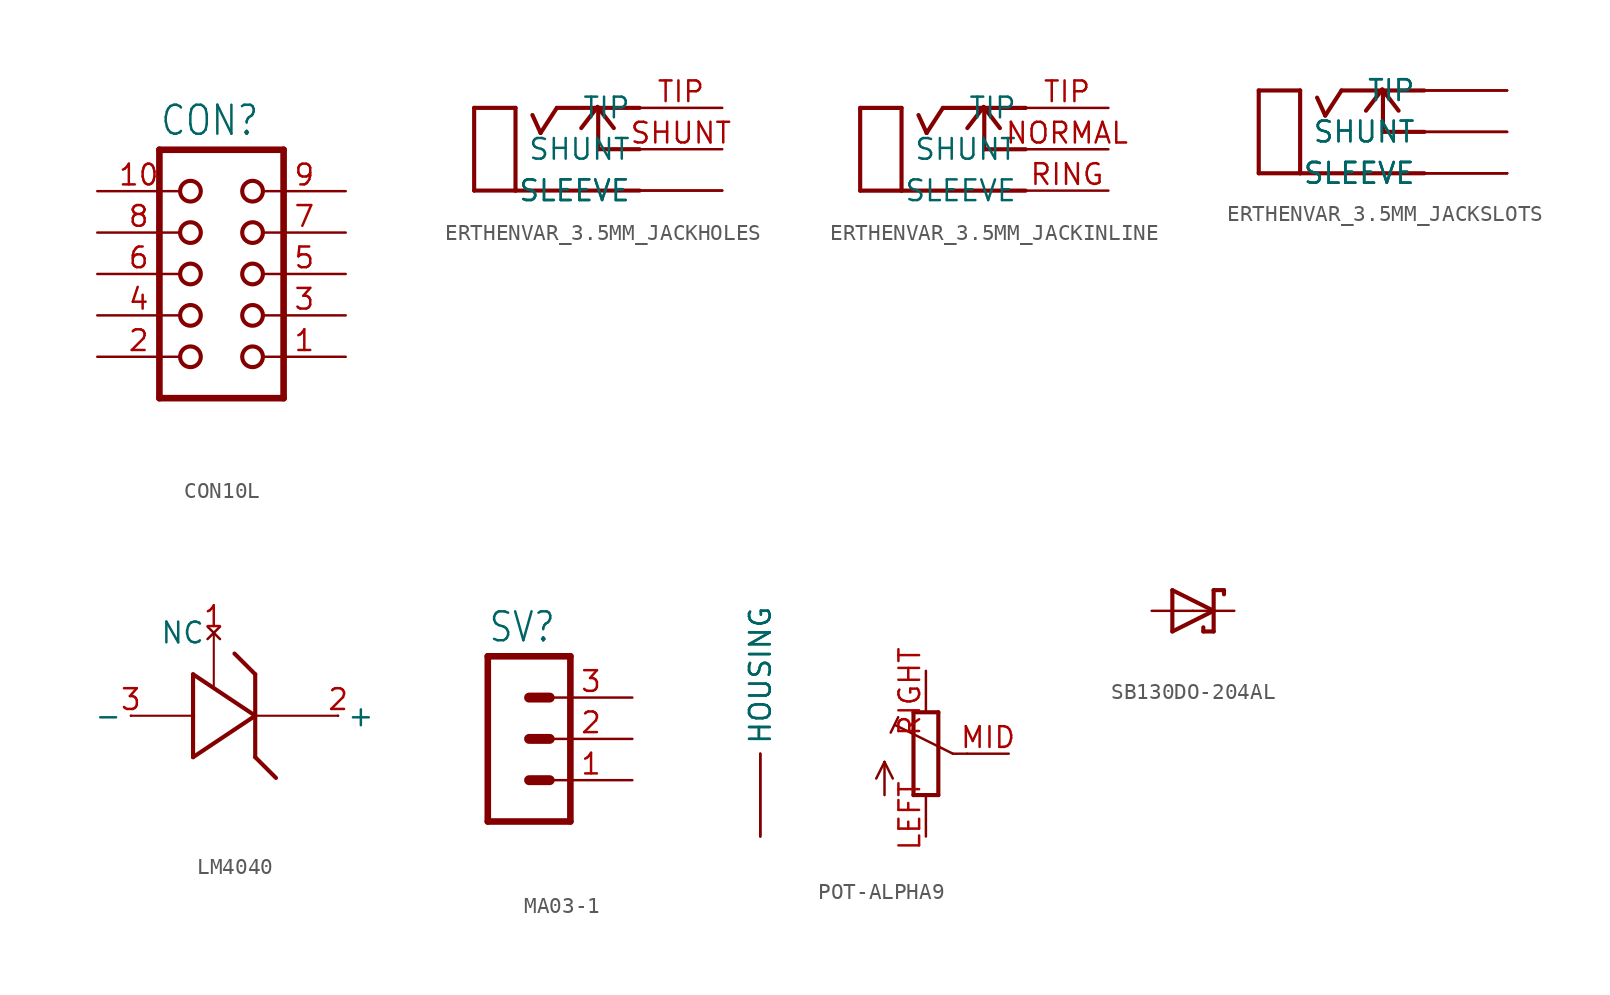
<source format=kicad_sym>
(kicad_symbol_lib
  (version 20231120)
  (generator "kicad_symbol_editor")
  (generator_version "8.0")
  (symbol "CON10L"
    (property "Reference" "CON"
      (at -3.81 8.382 0)
      (effects (font (size 1.778 1.511)) (justify left bottom)))
    (property "Value" ""
      (at -3.81 -10.16 0)
      (effects (font (size 1.778 1.511)) (justify left bottom)))
    (property "ki_locked" ""
      (at 0 0 0)
      (effects (font (size 1.27 1.27))))
    (symbol "CON10L_1_0"
      (circle (center -1.905 -5.08) (radius 0.635) (stroke (width 0.254) (type solid)) (fill (type none)))
      (circle (center -1.905 -2.54) (radius 0.635) (stroke (width 0.254) (type solid)) (fill (type none)))
      (circle (center -1.905 0) (radius 0.635) (stroke (width 0.254) (type solid)) (fill (type none)))
      (circle (center -1.905 2.54) (radius 0.635) (stroke (width 0.254) (type solid)) (fill (type none)))
      (circle (center -1.905 5.08) (radius 0.635) (stroke (width 0.254) (type solid)) (fill (type none)))
      (polyline (pts (xy -3.81 7.62) (xy -3.81 -7.62)) (stroke (width 0.406) (type solid)) (fill (type none)))
      (polyline (pts (xy -3.81 7.62) (xy 3.81 7.62)) (stroke (width 0.406) (type solid)) (fill (type none)))
      (polyline (pts (xy 3.81 -7.62) (xy -3.81 -7.62)) (stroke (width 0.406) (type solid)) (fill (type none)))
      (polyline (pts (xy 3.81 -7.62) (xy 3.81 7.62)) (stroke (width 0.406) (type solid)) (fill (type none)))
      (circle (center 1.905 -5.08) (radius 0.635) (stroke (width 0.254) (type solid)) (fill (type none)))
      (circle (center 1.905 -2.54) (radius 0.635) (stroke (width 0.254) (type solid)) (fill (type none)))
      (circle (center 1.905 0) (radius 0.635) (stroke (width 0.254) (type solid)) (fill (type none)))
      (circle (center 1.905 2.54) (radius 0.635) (stroke (width 0.254) (type solid)) (fill (type none)))
      (circle (center 1.905 5.08) (radius 0.635) (stroke (width 0.254) (type solid)) (fill (type none)))
      (pin passive line (at 7.62 -5.08 180) (length 5.08) (name "1" (effects (font (size 0 0)))) (number "1" (effects (font (size 1.27 1.27)))))
      (pin passive line (at -7.62 5.08 0) (length 5.08) (name "10" (effects (font (size 0 0)))) (number "10" (effects (font (size 1.27 1.27)))))
      (pin passive line (at -7.62 -5.08 0) (length 5.08) (name "2" (effects (font (size 0 0)))) (number "2" (effects (font (size 1.27 1.27)))))
      (pin passive line (at 7.62 -2.54 180) (length 5.08) (name "3" (effects (font (size 0 0)))) (number "3" (effects (font (size 1.27 1.27)))))
      (pin passive line (at -7.62 -2.54 0) (length 5.08) (name "4" (effects (font (size 0 0)))) (number "4" (effects (font (size 1.27 1.27)))))
      (pin passive line (at 7.62 0 180) (length 5.08) (name "5" (effects (font (size 0 0)))) (number "5" (effects (font (size 1.27 1.27)))))
      (pin passive line (at -7.62 0 0) (length 5.08) (name "6" (effects (font (size 0 0)))) (number "6" (effects (font (size 1.27 1.27)))))
      (pin passive line (at 7.62 2.54 180) (length 5.08) (name "7" (effects (font (size 0 0)))) (number "7" (effects (font (size 1.27 1.27)))))
      (pin passive line (at -7.62 2.54 0) (length 5.08) (name "8" (effects (font (size 0 0)))) (number "8" (effects (font (size 1.27 1.27)))))
      (pin passive line (at 7.62 5.08 180) (length 5.08) (name "9" (effects (font (size 0 0)))) (number "9" (effects (font (size 1.27 1.27)))))))
  (symbol "ERTHENVAR_3.5MM_JACKHOLES"
    (property "Reference" ""
      (at 0 0 0)
      (effects (font (size 1.27 1.27)) (hide yes)))
    (property "ki_locked" ""
      (at 0 0 0)
      (effects (font (size 1.27 1.27))))
    (symbol "ERTHENVAR_3.5MM_JACKHOLES_1_0"
      (polyline (pts (xy -5.08 -2.54) (xy -5.08 2.54)) (stroke (width 0.254) (type solid)) (fill (type none)))
      (polyline (pts (xy -5.08 -2.54) (xy -2.54 -2.54)) (stroke (width 0.254) (type solid)) (fill (type none)))
      (polyline (pts (xy -5.08 2.54) (xy -2.54 2.54)) (stroke (width 0.254) (type solid)) (fill (type none)))
      (polyline (pts (xy -2.54 -2.54) (xy 5.08 -2.54)) (stroke (width 0.254) (type solid)) (fill (type none)))
      (polyline (pts (xy -2.54 2.54) (xy -2.54 -2.54)) (stroke (width 0.254) (type solid)) (fill (type none)))
      (polyline (pts (xy -1 1) (xy -1.5 2.1)) (stroke (width 0.254) (type solid)) (fill (type none)))
      (polyline (pts (xy -1 1) (xy 0 2.54)) (stroke (width 0.254) (type solid)) (fill (type none)))
      (polyline (pts (xy 0 2.54) (xy 2.54 2.54)) (stroke (width 0.254) (type solid)) (fill (type none)))
      (polyline (pts (xy 2.5 2.6) (xy 1.5 1.3)) (stroke (width 0.254) (type solid)) (fill (type none)))
      (polyline (pts (xy 2.5 2.6) (xy 3.5 1.3)) (stroke (width 0.254) (type solid)) (fill (type none)))
      (polyline (pts (xy 2.54 0) (xy 2.54 2.54)) (stroke (width 0.254) (type solid)) (fill (type none)))
      (polyline (pts (xy 2.54 2.54) (xy 5.08 2.54)) (stroke (width 0.254) (type solid)) (fill (type none)))
      (polyline (pts (xy 5.08 0) (xy 2.54 0)) (stroke (width 0.254) (type solid)) (fill (type none)))
      (pin bidirectional line (at 10.16 -2.54 180) (length 5.08) (name "SLEEVE" (effects (font (size 1.27 1.27)))) (number "RING1" (effects (font (size 0 0)))))
      (pin bidirectional line (at 10.16 -2.54 180) (length 5.08) (name "SLEEVE" (effects (font (size 1.27 1.27)))) (number "RING2" (effects (font (size 0 0)))))
      (pin bidirectional line (at 10.16 0 180) (length 5.08) (name "SHUNT" (effects (font (size 1.27 1.27)))) (number "SHUNT" (effects (font (size 1.27 1.27)))))
      (pin bidirectional line (at 10.16 2.54 180) (length 5.08) (name "TIP" (effects (font (size 1.27 1.27)))) (number "TIP" (effects (font (size 1.27 1.27)))))))
  (symbol "ERTHENVAR_3.5MM_JACKINLINE"
    (property "Reference" ""
      (at 0 0 0)
      (effects (font (size 1.27 1.27)) (hide yes)))
    (property "ki_locked" ""
      (at 0 0 0)
      (effects (font (size 1.27 1.27))))
    (symbol "ERTHENVAR_3.5MM_JACKINLINE_1_0"
      (polyline (pts (xy -5.08 -2.54) (xy -5.08 2.54)) (stroke (width 0.254) (type solid)) (fill (type none)))
      (polyline (pts (xy -5.08 -2.54) (xy -2.54 -2.54)) (stroke (width 0.254) (type solid)) (fill (type none)))
      (polyline (pts (xy -5.08 2.54) (xy -2.54 2.54)) (stroke (width 0.254) (type solid)) (fill (type none)))
      (polyline (pts (xy -2.54 -2.54) (xy 5.08 -2.54)) (stroke (width 0.254) (type solid)) (fill (type none)))
      (polyline (pts (xy -2.54 2.54) (xy -2.54 -2.54)) (stroke (width 0.254) (type solid)) (fill (type none)))
      (polyline (pts (xy -1 1) (xy -1.5 2.1)) (stroke (width 0.254) (type solid)) (fill (type none)))
      (polyline (pts (xy -1 1) (xy 0 2.54)) (stroke (width 0.254) (type solid)) (fill (type none)))
      (polyline (pts (xy 0 2.54) (xy 2.54 2.54)) (stroke (width 0.254) (type solid)) (fill (type none)))
      (polyline (pts (xy 2.5 2.6) (xy 1.5 1.3)) (stroke (width 0.254) (type solid)) (fill (type none)))
      (polyline (pts (xy 2.5 2.6) (xy 3.5 1.3)) (stroke (width 0.254) (type solid)) (fill (type none)))
      (polyline (pts (xy 2.54 0) (xy 2.54 2.54)) (stroke (width 0.254) (type solid)) (fill (type none)))
      (polyline (pts (xy 2.54 2.54) (xy 5.08 2.54)) (stroke (width 0.254) (type solid)) (fill (type none)))
      (polyline (pts (xy 5.08 0) (xy 2.54 0)) (stroke (width 0.254) (type solid)) (fill (type none)))
      (pin bidirectional line (at 10.16 0 180) (length 5.08) (name "SHUNT" (effects (font (size 1.27 1.27)))) (number "NORMAL" (effects (font (size 1.27 1.27)))))
      (pin bidirectional line (at 10.16 -2.54 180) (length 5.08) (name "SLEEVE" (effects (font (size 1.27 1.27)))) (number "RING" (effects (font (size 1.27 1.27)))))
      (pin bidirectional line (at 10.16 2.54 180) (length 5.08) (name "TIP" (effects (font (size 1.27 1.27)))) (number "TIP" (effects (font (size 1.27 1.27)))))))
  (symbol "ERTHENVAR_3.5MM_JACKSLOTS"
    (property "Reference" ""
      (at 0 0 0)
      (effects (font (size 1.27 1.27)) (hide yes)))
    (property "ki_locked" ""
      (at 0 0 0)
      (effects (font (size 1.27 1.27))))
    (symbol "ERTHENVAR_3.5MM_JACKSLOTS_1_0"
      (polyline (pts (xy -5.08 -2.54) (xy -5.08 2.54)) (stroke (width 0.254) (type solid)) (fill (type none)))
      (polyline (pts (xy -5.08 -2.54) (xy -2.54 -2.54)) (stroke (width 0.254) (type solid)) (fill (type none)))
      (polyline (pts (xy -5.08 2.54) (xy -2.54 2.54)) (stroke (width 0.254) (type solid)) (fill (type none)))
      (polyline (pts (xy -2.54 -2.54) (xy 5.08 -2.54)) (stroke (width 0.254) (type solid)) (fill (type none)))
      (polyline (pts (xy -2.54 2.54) (xy -2.54 -2.54)) (stroke (width 0.254) (type solid)) (fill (type none)))
      (polyline (pts (xy -1 1) (xy -1.5 2.1)) (stroke (width 0.254) (type solid)) (fill (type none)))
      (polyline (pts (xy -1 1) (xy 0 2.54)) (stroke (width 0.254) (type solid)) (fill (type none)))
      (polyline (pts (xy 0 2.54) (xy 2.54 2.54)) (stroke (width 0.254) (type solid)) (fill (type none)))
      (polyline (pts (xy 2.5 2.6) (xy 1.5 1.3)) (stroke (width 0.254) (type solid)) (fill (type none)))
      (polyline (pts (xy 2.5 2.6) (xy 3.5 1.3)) (stroke (width 0.254) (type solid)) (fill (type none)))
      (polyline (pts (xy 2.54 0) (xy 2.54 2.54)) (stroke (width 0.254) (type solid)) (fill (type none)))
      (polyline (pts (xy 2.54 2.54) (xy 5.08 2.54)) (stroke (width 0.254) (type solid)) (fill (type none)))
      (polyline (pts (xy 5.08 0) (xy 2.54 0)) (stroke (width 0.254) (type solid)) (fill (type none)))
      (pin bidirectional line (at 10.16 0 180) (length 5.08) (name "SHUNT" (effects (font (size 1.27 1.27)))) (number "NORMLB" (effects (font (size 0 0)))))
      (pin bidirectional line (at 10.16 0 180) (length 5.08) (name "SHUNT" (effects (font (size 1.27 1.27)))) (number "NORMLT" (effects (font (size 0 0)))))
      (pin bidirectional line (at 10.16 -2.54 180) (length 5.08) (name "SLEEVE" (effects (font (size 1.27 1.27)))) (number "RING1B" (effects (font (size 0 0)))))
      (pin bidirectional line (at 10.16 -2.54 180) (length 5.08) (name "SLEEVE" (effects (font (size 1.27 1.27)))) (number "RING1T" (effects (font (size 0 0)))))
      (pin bidirectional line (at 10.16 -2.54 180) (length 5.08) (name "SLEEVE" (effects (font (size 1.27 1.27)))) (number "RING2H" (effects (font (size 0 0)))))
      (pin bidirectional line (at 10.16 2.54 180) (length 5.08) (name "TIP" (effects (font (size 1.27 1.27)))) (number "TIPB" (effects (font (size 0 0)))))
      (pin bidirectional line (at 10.16 2.54 180) (length 5.08) (name "TIP" (effects (font (size 1.27 1.27)))) (number "TIPT" (effects (font (size 0 0)))))))
  (symbol "LM4040"
    (property "Reference" ""
      (at -5.08 -5.08 0)
      (effects (font (size 1.27 1.079)) (justify left bottom) (hide yes)))
    (property "Value" ""
      (at -5.08 -6.858 0)
      (effects (font (size 1.27 1.079)) (justify left bottom)))
    (property "ki_locked" ""
      (at 0 0 0)
      (effects (font (size 1.27 1.27))))
    (symbol "LM4040_1_0"
      (polyline (pts (xy -1.27 -2.54) (xy -1.27 0)) (stroke (width 0.254) (type solid)) (fill (type none)))
      (polyline (pts (xy -1.27 0) (xy -5.08 0)) (stroke (width 0.127) (type solid)) (fill (type none)))
      (polyline (pts (xy -1.27 0) (xy -1.27 2.54)) (stroke (width 0.254) (type solid)) (fill (type none)))
      (polyline (pts (xy -1.27 2.54) (xy 2.54 0)) (stroke (width 0.254) (type solid)) (fill (type none)))
      (polyline (pts (xy 0 5.08) (xy 0 1.778)) (stroke (width 0.127) (type solid)) (fill (type none)))
      (polyline (pts (xy 2.54 -2.54) (xy 3.81 -3.81)) (stroke (width 0.254) (type solid)) (fill (type none)))
      (polyline (pts (xy 2.54 0) (xy -1.27 -2.54)) (stroke (width 0.254) (type solid)) (fill (type none)))
      (polyline (pts (xy 2.54 0) (xy 2.54 -2.54)) (stroke (width 0.254) (type solid)) (fill (type none)))
      (polyline (pts (xy 2.54 0) (xy 7.62 0)) (stroke (width 0.127) (type solid)) (fill (type none)))
      (polyline (pts (xy 2.54 2.54) (xy 1.27 3.81)) (stroke (width 0.254) (type solid)) (fill (type none)))
      (polyline (pts (xy 2.54 2.54) (xy 2.54 0)) (stroke (width 0.254) (type solid)) (fill (type none)))
      (pin no_connect line (at 0 5.08 180) (length 0) (name "NC" (effects (font (size 1.27 1.27)))) (number "1" (effects (font (size 1.27 1.27)))))
      (pin bidirectional line (at 7.62 0 0) (length 0) (name "+" (effects (font (size 1.27 1.27)))) (number "2" (effects (font (size 1.27 1.27)))))
      (pin bidirectional line (at -5.08 0 180) (length 0) (name "-" (effects (font (size 1.27 1.27)))) (number "3" (effects (font (size 1.27 1.27)))))))
  (symbol "MA03-1"
    (property "Reference" "SV"
      (at -1.27 5.842 0)
      (effects (font (size 1.778 1.511)) (justify left bottom)))
    (property "Value" ""
      (at -1.27 -7.62 0)
      (effects (font (size 1.778 1.511)) (justify left bottom)))
    (property "ki_locked" ""
      (at 0 0 0)
      (effects (font (size 1.27 1.27))))
    (symbol "MA03-1_1_0"
      (polyline (pts (xy -1.27 5.08) (xy -1.27 -5.08)) (stroke (width 0.406) (type solid)) (fill (type none)))
      (polyline (pts (xy -1.27 5.08) (xy 3.81 5.08)) (stroke (width 0.406) (type solid)) (fill (type none)))
      (polyline (pts (xy 1.27 -2.54) (xy 2.54 -2.54)) (stroke (width 0.61) (type solid)) (fill (type none)))
      (polyline (pts (xy 1.27 0) (xy 2.54 0)) (stroke (width 0.61) (type solid)) (fill (type none)))
      (polyline (pts (xy 1.27 2.54) (xy 2.54 2.54)) (stroke (width 0.61) (type solid)) (fill (type none)))
      (polyline (pts (xy 3.81 -5.08) (xy -1.27 -5.08)) (stroke (width 0.406) (type solid)) (fill (type none)))
      (polyline (pts (xy 3.81 -5.08) (xy 3.81 5.08)) (stroke (width 0.406) (type solid)) (fill (type none)))
      (pin passive line (at 7.62 -2.54 180) (length 5.08) (name "1" (effects (font (size 0 0)))) (number "1" (effects (font (size 1.27 1.27)))))
      (pin passive line (at 7.62 0 180) (length 5.08) (name "2" (effects (font (size 0 0)))) (number "2" (effects (font (size 1.27 1.27)))))
      (pin passive line (at 7.62 2.54 180) (length 5.08) (name "3" (effects (font (size 0 0)))) (number "3" (effects (font (size 1.27 1.27)))))))
  (symbol "POT-ALPHA9"
    (property "Reference" ""
      (at -5.969 -3.81 90)
      (effects (font (size 1.778 1.511)) (justify left bottom) (hide yes)))
    (property "Value" ""
      (at -3.81 -3.81 90)
      (effects (font (size 1.778 1.511)) (justify left bottom)))
    (property "ki_locked" ""
      (at 0 0 0)
      (effects (font (size 1.27 1.27))))
    (symbol "POT-ALPHA9_1_0"
      (polyline (pts (xy -2.54 -2.54) (xy -2.54 -0.508)) (stroke (width 0.152) (type solid)) (fill (type none)))
      (polyline (pts (xy -2.54 -0.508) (xy -3.048 -1.524)) (stroke (width 0.152) (type solid)) (fill (type none)))
      (polyline (pts (xy -2.54 -0.508) (xy -2.032 -1.524)) (stroke (width 0.152) (type solid)) (fill (type none)))
      (polyline (pts (xy -2.16 1.294) (xy -1.702 2.235)) (stroke (width 0.152) (type solid)) (fill (type none)))
      (polyline (pts (xy -0.762 -2.54) (xy 0.762 -2.54)) (stroke (width 0.254) (type solid)) (fill (type none)))
      (polyline (pts (xy -0.762 2.54) (xy -0.762 -2.54)) (stroke (width 0.254) (type solid)) (fill (type none)))
      (polyline (pts (xy 0.762 -2.54) (xy 0.762 2.54)) (stroke (width 0.254) (type solid)) (fill (type none)))
      (polyline (pts (xy 0.762 2.54) (xy -0.762 2.54)) (stroke (width 0.254) (type solid)) (fill (type none)))
      (polyline (pts (xy 1.651 0) (xy -1.88 1.753)) (stroke (width 0.152) (type solid)) (fill (type none)))
      (polyline (pts (xy 2.54 0) (xy 1.651 0)) (stroke (width 0.152) (type solid)) (fill (type none)))
      (pin bidirectional line (at -10.16 -5.08 90) (length 5.08) (name "HOUSING" (effects (font (size 1.27 1.27)))) (number "GND$1" (effects (font (size 0 0)))))
      (pin bidirectional line (at -10.16 -5.08 90) (length 5.08) (name "HOUSING" (effects (font (size 1.27 1.27)))) (number "GND$2" (effects (font (size 0 0)))))
      (pin passive line (at 0 -5.08 90) (length 2.54) (name "LEFT" (effects (font (size 0 0)))) (number "LEFT" (effects (font (size 1.27 1.27)))))
      (pin passive line (at 5.08 0 180) (length 2.54) (name "MID" (effects (font (size 0 0)))) (number "MID" (effects (font (size 1.27 1.27)))))
      (pin passive line (at 0 5.08 270) (length 2.54) (name "RIGHT" (effects (font (size 0 0)))) (number "RIGHT" (effects (font (size 1.27 1.27)))))))
  (symbol "SB130DO-204AL"
    (property "Reference" ""
      (at -2.286 1.905 0)
      (effects (font (size 1.778 1.511)) (justify left bottom) (hide yes)))
    (property "Value" ""
      (at -2.286 -3.429 0)
      (effects (font (size 1.778 1.511)) (justify left bottom)))
    (property "ki_locked" ""
      (at 0 0 0)
      (effects (font (size 1.27 1.27))))
    (symbol "SB130DO-204AL_1_0"
      (polyline (pts (xy -1.27 -1.27) (xy 1.27 0)) (stroke (width 0.254) (type solid)) (fill (type none)))
      (polyline (pts (xy -1.27 1.27) (xy -1.27 -1.27)) (stroke (width 0.254) (type solid)) (fill (type none)))
      (polyline (pts (xy 0.635 -1.016) (xy 0.635 -1.27)) (stroke (width 0.254) (type solid)) (fill (type none)))
      (polyline (pts (xy 1.27 -1.27) (xy 0.635 -1.27)) (stroke (width 0.254) (type solid)) (fill (type none)))
      (polyline (pts (xy 1.27 0) (xy -1.27 1.27)) (stroke (width 0.254) (type solid)) (fill (type none)))
      (polyline (pts (xy 1.27 0) (xy 1.27 -1.27)) (stroke (width 0.254) (type solid)) (fill (type none)))
      (polyline (pts (xy 1.27 1.27) (xy 1.27 0)) (stroke (width 0.254) (type solid)) (fill (type none)))
      (polyline (pts (xy 1.905 1.27) (xy 1.27 1.27)) (stroke (width 0.254) (type solid)) (fill (type none)))
      (polyline (pts (xy 1.905 1.27) (xy 1.905 1.016)) (stroke (width 0.254) (type solid)) (fill (type none)))
      (pin passive line (at -2.54 0 0) (length 2.54) (name "A" (effects (font (size 0 0)))) (number "A" (effects (font (size 0 0)))))
      (pin passive line (at 2.54 0 180) (length 2.54) (name "C" (effects (font (size 0 0)))) (number "C" (effects (font (size 0 0))))))))
</source>
